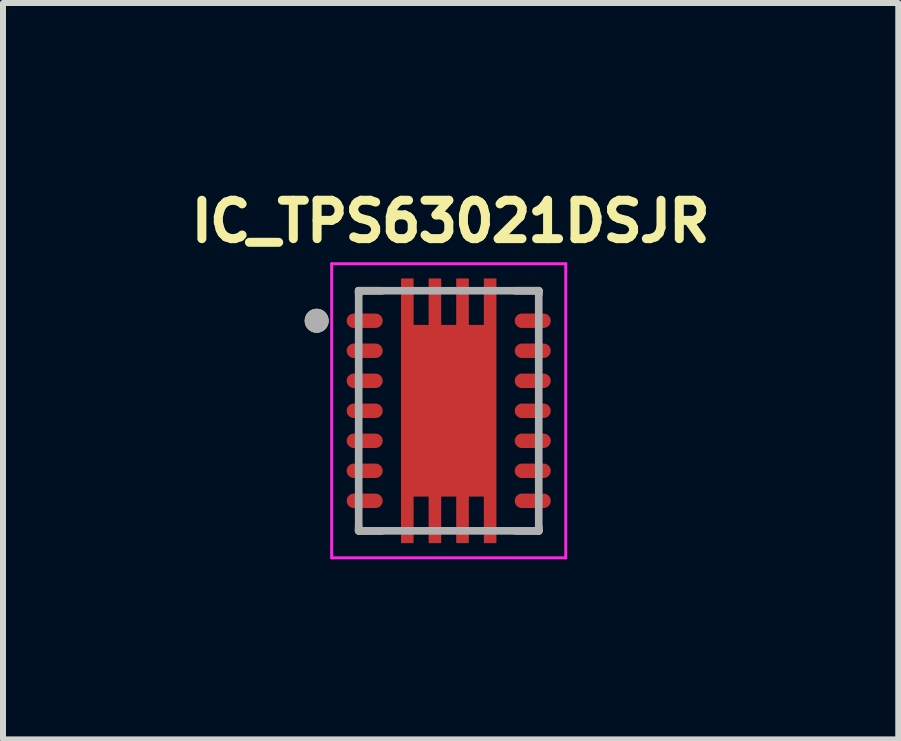
<source format=kicad_pcb>
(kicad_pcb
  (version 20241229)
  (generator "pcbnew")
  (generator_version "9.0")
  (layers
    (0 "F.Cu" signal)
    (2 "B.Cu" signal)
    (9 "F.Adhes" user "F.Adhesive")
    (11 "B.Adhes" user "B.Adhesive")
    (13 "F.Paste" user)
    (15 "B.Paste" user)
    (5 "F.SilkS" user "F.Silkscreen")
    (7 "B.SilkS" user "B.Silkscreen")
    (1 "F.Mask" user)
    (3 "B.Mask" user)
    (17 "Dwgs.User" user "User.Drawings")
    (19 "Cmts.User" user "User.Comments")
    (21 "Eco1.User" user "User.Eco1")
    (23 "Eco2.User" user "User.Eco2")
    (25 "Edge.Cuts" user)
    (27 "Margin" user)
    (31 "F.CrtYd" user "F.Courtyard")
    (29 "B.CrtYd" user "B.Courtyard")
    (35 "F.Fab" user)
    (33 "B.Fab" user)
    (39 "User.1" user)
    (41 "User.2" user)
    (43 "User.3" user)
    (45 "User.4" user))
  (footprint "IC_TPS63021DSJR"
    (layer "F.Cu")
    (at 4.426 3.794)
    (property "Reference" "IC_TPS63021DSJR" (at 0.032 -3.156 0) (layer "F.SilkS") (effects (font (size 0.64 0.64) (thickness 0.15))))
    (attr smd)
    (fp_poly (pts (xy -0.86 -2.27) (xy -0.52 -2.27) (xy -0.52 -1.495) (xy -0.4 -1.495) (xy -0.4 -2.27) (xy -0.06 -2.27) (xy -0.06 -1.495) (xy 0.06 -1.495) (xy 0.06 -2.27) (xy 0.4 -2.27) (xy 0.4 -1.495) (xy 0.52 -1.495) (xy 0.52 -2.27) (xy 0.86 -2.27) (xy 0.86 2.27) (xy 0.52 2.27) (xy 0.52 1.495) (xy 0.4 1.495) (xy 0.4 2.27) (xy 0.06 2.27) (xy 0.06 1.495) (xy -0.06 1.495) (xy -0.06 2.27) (xy -0.4 2.27) (xy -0.4 1.495) (xy -0.52 1.495) (xy -0.52 2.27) (xy -0.86 2.27)) (stroke (width 0.01) (type solid)) (fill yes) (layer "F.Mask"))
    (fp_poly (pts (xy -1.22 -1.69) (xy -1.21 -1.69) (xy -1.2 -1.689) (xy -1.19 -1.688) (xy -1.18 -1.686) (xy -1.171 -1.684) (xy -1.161 -1.681) (xy -1.152 -1.677) (xy -1.143 -1.674) (xy -1.134 -1.669) (xy -1.125 -1.665) (xy -1.117 -1.659) (xy -1.108 -1.654) (xy -1.1 -1.648) (xy -1.093 -1.641) (xy -1.086 -1.634) (xy -1.079 -1.627) (xy -1.072 -1.62) (xy -1.066 -1.612) (xy -1.061 -1.603) (xy -1.055 -1.595) (xy -1.051 -1.586) (xy -1.046 -1.577) (xy -1.043 -1.568) (xy -1.039 -1.559) (xy -1.036 -1.549) (xy -1.034 -1.54) (xy -1.032 -1.53) (xy -1.031 -1.52) (xy -1.03 -1.51) (xy -1.03 -1.5) (xy -1.03 -1.49) (xy -1.031 -1.48) (xy -1.032 -1.47) (xy -1.034 -1.46) (xy -1.036 -1.451) (xy -1.039 -1.441) (xy -1.043 -1.432) (xy -1.046 -1.423) (xy -1.051 -1.414) (xy -1.055 -1.405) (xy -1.061 -1.397) (xy -1.066 -1.388) (xy -1.072 -1.38) (xy -1.079 -1.373) (xy -1.086 -1.366) (xy -1.093 -1.359) (xy -1.1 -1.352) (xy -1.108 -1.346) (xy -1.117 -1.341) (xy -1.125 -1.335) (xy -1.134 -1.331) (xy -1.143 -1.326) (xy -1.152 -1.323) (xy -1.161 -1.319) (xy -1.171 -1.316) (xy -1.18 -1.314) (xy -1.19 -1.312) (xy -1.2 -1.311) (xy -1.21 -1.31) (xy -1.22 -1.31) (xy -1.58 -1.31) (xy -1.59 -1.31) (xy -1.6 -1.311) (xy -1.61 -1.312) (xy -1.62 -1.314) (xy -1.629 -1.316) (xy -1.639 -1.319) (xy -1.648 -1.323) (xy -1.657 -1.326) (xy -1.666 -1.331) (xy -1.675 -1.335) (xy -1.683 -1.341) (xy -1.692 -1.346) (xy -1.7 -1.352) (xy -1.707 -1.359) (xy -1.714 -1.366) (xy -1.721 -1.373) (xy -1.728 -1.38) (xy -1.734 -1.388) (xy -1.739 -1.397) (xy -1.745 -1.405) (xy -1.749 -1.414) (xy -1.754 -1.423) (xy -1.757 -1.432) (xy -1.761 -1.441) (xy -1.764 -1.451) (xy -1.766 -1.46) (xy -1.768 -1.47) (xy -1.769 -1.48) (xy -1.77 -1.49) (xy -1.77 -1.5) (xy -1.77 -1.51) (xy -1.769 -1.52) (xy -1.768 -1.53) (xy -1.766 -1.54) (xy -1.764 -1.549) (xy -1.761 -1.559) (xy -1.757 -1.568) (xy -1.754 -1.577) (xy -1.749 -1.586) (xy -1.745 -1.595) (xy -1.739 -1.603) (xy -1.734 -1.612) (xy -1.728 -1.62) (xy -1.721 -1.627) (xy -1.714 -1.634) (xy -1.707 -1.641) (xy -1.7 -1.648) (xy -1.692 -1.654) (xy -1.683 -1.659) (xy -1.675 -1.665) (xy -1.666 -1.669) (xy -1.657 -1.674) (xy -1.648 -1.677) (xy -1.639 -1.681) (xy -1.629 -1.684) (xy -1.62 -1.686) (xy -1.61 -1.688) (xy -1.6 -1.689) (xy -1.59 -1.69) (xy -1.58 -1.69) (xy -1.22 -1.69)) (stroke (width 0.01) (type solid)) (fill yes) (layer "F.Mask"))
    (fp_poly (pts (xy -1.22 -1.19) (xy -1.21 -1.19) (xy -1.2 -1.189) (xy -1.19 -1.188) (xy -1.18 -1.186) (xy -1.171 -1.184) (xy -1.161 -1.181) (xy -1.152 -1.177) (xy -1.143 -1.174) (xy -1.134 -1.169) (xy -1.125 -1.165) (xy -1.117 -1.159) (xy -1.108 -1.154) (xy -1.1 -1.148) (xy -1.093 -1.141) (xy -1.086 -1.134) (xy -1.079 -1.127) (xy -1.072 -1.12) (xy -1.066 -1.112) (xy -1.061 -1.103) (xy -1.055 -1.095) (xy -1.051 -1.086) (xy -1.046 -1.077) (xy -1.043 -1.068) (xy -1.039 -1.059) (xy -1.036 -1.049) (xy -1.034 -1.04) (xy -1.032 -1.03) (xy -1.031 -1.02) (xy -1.03 -1.01) (xy -1.03 -1) (xy -1.03 -0.99) (xy -1.031 -0.98) (xy -1.032 -0.97) (xy -1.034 -0.96) (xy -1.036 -0.951) (xy -1.039 -0.941) (xy -1.043 -0.932) (xy -1.046 -0.923) (xy -1.051 -0.914) (xy -1.055 -0.905) (xy -1.061 -0.897) (xy -1.066 -0.888) (xy -1.072 -0.88) (xy -1.079 -0.873) (xy -1.086 -0.866) (xy -1.093 -0.859) (xy -1.1 -0.852) (xy -1.108 -0.846) (xy -1.117 -0.841) (xy -1.125 -0.835) (xy -1.134 -0.831) (xy -1.143 -0.826) (xy -1.152 -0.823) (xy -1.161 -0.819) (xy -1.171 -0.816) (xy -1.18 -0.814) (xy -1.19 -0.812) (xy -1.2 -0.811) (xy -1.21 -0.81) (xy -1.22 -0.81) (xy -1.58 -0.81) (xy -1.59 -0.81) (xy -1.6 -0.811) (xy -1.61 -0.812) (xy -1.62 -0.814) (xy -1.629 -0.816) (xy -1.639 -0.819) (xy -1.648 -0.823) (xy -1.657 -0.826) (xy -1.666 -0.831) (xy -1.675 -0.835) (xy -1.683 -0.841) (xy -1.692 -0.846) (xy -1.7 -0.852) (xy -1.707 -0.859) (xy -1.714 -0.866) (xy -1.721 -0.873) (xy -1.728 -0.88) (xy -1.734 -0.888) (xy -1.739 -0.897) (xy -1.745 -0.905) (xy -1.749 -0.914) (xy -1.754 -0.923) (xy -1.757 -0.932) (xy -1.761 -0.941) (xy -1.764 -0.951) (xy -1.766 -0.96) (xy -1.768 -0.97) (xy -1.769 -0.98) (xy -1.77 -0.99) (xy -1.77 -1) (xy -1.77 -1.01) (xy -1.769 -1.02) (xy -1.768 -1.03) (xy -1.766 -1.04) (xy -1.764 -1.049) (xy -1.761 -1.059) (xy -1.757 -1.068) (xy -1.754 -1.077) (xy -1.749 -1.086) (xy -1.745 -1.095) (xy -1.739 -1.103) (xy -1.734 -1.112) (xy -1.728 -1.12) (xy -1.721 -1.127) (xy -1.714 -1.134) (xy -1.707 -1.141) (xy -1.7 -1.148) (xy -1.692 -1.154) (xy -1.683 -1.159) (xy -1.675 -1.165) (xy -1.666 -1.169) (xy -1.657 -1.174) (xy -1.648 -1.177) (xy -1.639 -1.181) (xy -1.629 -1.184) (xy -1.62 -1.186) (xy -1.61 -1.188) (xy -1.6 -1.189) (xy -1.59 -1.19) (xy -1.58 -1.19) (xy -1.22 -1.19)) (stroke (width 0.01) (type solid)) (fill yes) (layer "F.Mask"))
    (fp_poly (pts (xy -1.22 -0.69) (xy -1.21 -0.69) (xy -1.2 -0.689) (xy -1.19 -0.688) (xy -1.18 -0.686) (xy -1.171 -0.684) (xy -1.161 -0.681) (xy -1.152 -0.677) (xy -1.143 -0.674) (xy -1.134 -0.669) (xy -1.125 -0.665) (xy -1.117 -0.659) (xy -1.108 -0.654) (xy -1.1 -0.648) (xy -1.093 -0.641) (xy -1.086 -0.634) (xy -1.079 -0.627) (xy -1.072 -0.62) (xy -1.066 -0.612) (xy -1.061 -0.603) (xy -1.055 -0.595) (xy -1.051 -0.586) (xy -1.046 -0.577) (xy -1.043 -0.568) (xy -1.039 -0.559) (xy -1.036 -0.549) (xy -1.034 -0.54) (xy -1.032 -0.53) (xy -1.031 -0.52) (xy -1.03 -0.51) (xy -1.03 -0.5) (xy -1.03 -0.49) (xy -1.031 -0.48) (xy -1.032 -0.47) (xy -1.034 -0.46) (xy -1.036 -0.451) (xy -1.039 -0.441) (xy -1.043 -0.432) (xy -1.046 -0.423) (xy -1.051 -0.414) (xy -1.055 -0.405) (xy -1.061 -0.397) (xy -1.066 -0.388) (xy -1.072 -0.38) (xy -1.079 -0.373) (xy -1.086 -0.366) (xy -1.093 -0.359) (xy -1.1 -0.352) (xy -1.108 -0.346) (xy -1.117 -0.341) (xy -1.125 -0.335) (xy -1.134 -0.331) (xy -1.143 -0.326) (xy -1.152 -0.323) (xy -1.161 -0.319) (xy -1.171 -0.316) (xy -1.18 -0.314) (xy -1.19 -0.312) (xy -1.2 -0.311) (xy -1.21 -0.31) (xy -1.22 -0.31) (xy -1.58 -0.31) (xy -1.59 -0.31) (xy -1.6 -0.311) (xy -1.61 -0.312) (xy -1.62 -0.314) (xy -1.629 -0.316) (xy -1.639 -0.319) (xy -1.648 -0.323) (xy -1.657 -0.326) (xy -1.666 -0.331) (xy -1.675 -0.335) (xy -1.683 -0.341) (xy -1.692 -0.346) (xy -1.7 -0.352) (xy -1.707 -0.359) (xy -1.714 -0.366) (xy -1.721 -0.373) (xy -1.728 -0.38) (xy -1.734 -0.388) (xy -1.739 -0.397) (xy -1.745 -0.405) (xy -1.749 -0.414) (xy -1.754 -0.423) (xy -1.757 -0.432) (xy -1.761 -0.441) (xy -1.764 -0.451) (xy -1.766 -0.46) (xy -1.768 -0.47) (xy -1.769 -0.48) (xy -1.77 -0.49) (xy -1.77 -0.5) (xy -1.77 -0.51) (xy -1.769 -0.52) (xy -1.768 -0.53) (xy -1.766 -0.54) (xy -1.764 -0.549) (xy -1.761 -0.559) (xy -1.757 -0.568) (xy -1.754 -0.577) (xy -1.749 -0.586) (xy -1.745 -0.595) (xy -1.739 -0.603) (xy -1.734 -0.612) (xy -1.728 -0.62) (xy -1.721 -0.627) (xy -1.714 -0.634) (xy -1.707 -0.641) (xy -1.7 -0.648) (xy -1.692 -0.654) (xy -1.683 -0.659) (xy -1.675 -0.665) (xy -1.666 -0.669) (xy -1.657 -0.674) (xy -1.648 -0.677) (xy -1.639 -0.681) (xy -1.629 -0.684) (xy -1.62 -0.686) (xy -1.61 -0.688) (xy -1.6 -0.689) (xy -1.59 -0.69) (xy -1.58 -0.69) (xy -1.22 -0.69)) (stroke (width 0.01) (type solid)) (fill yes) (layer "F.Mask"))
    (fp_poly (pts (xy -1.22 -0.19) (xy -1.21 -0.19) (xy -1.2 -0.189) (xy -1.19 -0.188) (xy -1.18 -0.186) (xy -1.171 -0.184) (xy -1.161 -0.181) (xy -1.152 -0.177) (xy -1.143 -0.174) (xy -1.134 -0.169) (xy -1.125 -0.165) (xy -1.117 -0.159) (xy -1.108 -0.154) (xy -1.1 -0.148) (xy -1.093 -0.141) (xy -1.086 -0.134) (xy -1.079 -0.127) (xy -1.072 -0.12) (xy -1.066 -0.112) (xy -1.061 -0.103) (xy -1.055 -0.095) (xy -1.051 -0.086) (xy -1.046 -0.077) (xy -1.043 -0.068) (xy -1.039 -0.059) (xy -1.036 -0.049) (xy -1.034 -0.04) (xy -1.032 -0.03) (xy -1.031 -0.02) (xy -1.03 -0.01) (xy -1.03 0) (xy -1.03 0.01) (xy -1.031 0.02) (xy -1.032 0.03) (xy -1.034 0.04) (xy -1.036 0.049) (xy -1.039 0.059) (xy -1.043 0.068) (xy -1.046 0.077) (xy -1.051 0.086) (xy -1.055 0.095) (xy -1.061 0.103) (xy -1.066 0.112) (xy -1.072 0.12) (xy -1.079 0.127) (xy -1.086 0.134) (xy -1.093 0.141) (xy -1.1 0.148) (xy -1.108 0.154) (xy -1.117 0.159) (xy -1.125 0.165) (xy -1.134 0.169) (xy -1.143 0.174) (xy -1.152 0.177) (xy -1.161 0.181) (xy -1.171 0.184) (xy -1.18 0.186) (xy -1.19 0.188) (xy -1.2 0.189) (xy -1.21 0.19) (xy -1.22 0.19) (xy -1.58 0.19) (xy -1.59 0.19) (xy -1.6 0.189) (xy -1.61 0.188) (xy -1.62 0.186) (xy -1.629 0.184) (xy -1.639 0.181) (xy -1.648 0.177) (xy -1.657 0.174) (xy -1.666 0.169) (xy -1.675 0.165) (xy -1.683 0.159) (xy -1.692 0.154) (xy -1.7 0.148) (xy -1.707 0.141) (xy -1.714 0.134) (xy -1.721 0.127) (xy -1.728 0.12) (xy -1.734 0.112) (xy -1.739 0.103) (xy -1.745 0.095) (xy -1.749 0.086) (xy -1.754 0.077) (xy -1.757 0.068) (xy -1.761 0.059) (xy -1.764 0.049) (xy -1.766 0.04) (xy -1.768 0.03) (xy -1.769 0.02) (xy -1.77 0.01) (xy -1.77 0) (xy -1.77 -0.01) (xy -1.769 -0.02) (xy -1.768 -0.03) (xy -1.766 -0.04) (xy -1.764 -0.049) (xy -1.761 -0.059) (xy -1.757 -0.068) (xy -1.754 -0.077) (xy -1.749 -0.086) (xy -1.745 -0.095) (xy -1.739 -0.103) (xy -1.734 -0.112) (xy -1.728 -0.12) (xy -1.721 -0.127) (xy -1.714 -0.134) (xy -1.707 -0.141) (xy -1.7 -0.148) (xy -1.692 -0.154) (xy -1.683 -0.159) (xy -1.675 -0.165) (xy -1.666 -0.169) (xy -1.657 -0.174) (xy -1.648 -0.177) (xy -1.639 -0.181) (xy -1.629 -0.184) (xy -1.62 -0.186) (xy -1.61 -0.188) (xy -1.6 -0.189) (xy -1.59 -0.19) (xy -1.58 -0.19) (xy -1.22 -0.19)) (stroke (width 0.01) (type solid)) (fill yes) (layer "F.Mask"))
    (fp_poly (pts (xy -1.22 0.31) (xy -1.21 0.31) (xy -1.2 0.311) (xy -1.19 0.312) (xy -1.18 0.314) (xy -1.171 0.316) (xy -1.161 0.319) (xy -1.152 0.323) (xy -1.143 0.326) (xy -1.134 0.331) (xy -1.125 0.335) (xy -1.117 0.341) (xy -1.108 0.346) (xy -1.1 0.352) (xy -1.093 0.359) (xy -1.086 0.366) (xy -1.079 0.373) (xy -1.072 0.38) (xy -1.066 0.388) (xy -1.061 0.397) (xy -1.055 0.405) (xy -1.051 0.414) (xy -1.046 0.423) (xy -1.043 0.432) (xy -1.039 0.441) (xy -1.036 0.451) (xy -1.034 0.46) (xy -1.032 0.47) (xy -1.031 0.48) (xy -1.03 0.49) (xy -1.03 0.5) (xy -1.03 0.51) (xy -1.031 0.52) (xy -1.032 0.53) (xy -1.034 0.54) (xy -1.036 0.549) (xy -1.039 0.559) (xy -1.043 0.568) (xy -1.046 0.577) (xy -1.051 0.586) (xy -1.055 0.595) (xy -1.061 0.603) (xy -1.066 0.612) (xy -1.072 0.62) (xy -1.079 0.627) (xy -1.086 0.634) (xy -1.093 0.641) (xy -1.1 0.648) (xy -1.108 0.654) (xy -1.117 0.659) (xy -1.125 0.665) (xy -1.134 0.669) (xy -1.143 0.674) (xy -1.152 0.677) (xy -1.161 0.681) (xy -1.171 0.684) (xy -1.18 0.686) (xy -1.19 0.688) (xy -1.2 0.689) (xy -1.21 0.69) (xy -1.22 0.69) (xy -1.58 0.69) (xy -1.59 0.69) (xy -1.6 0.689) (xy -1.61 0.688) (xy -1.62 0.686) (xy -1.629 0.684) (xy -1.639 0.681) (xy -1.648 0.677) (xy -1.657 0.674) (xy -1.666 0.669) (xy -1.675 0.665) (xy -1.683 0.659) (xy -1.692 0.654) (xy -1.7 0.648) (xy -1.707 0.641) (xy -1.714 0.634) (xy -1.721 0.627) (xy -1.728 0.62) (xy -1.734 0.612) (xy -1.739 0.603) (xy -1.745 0.595) (xy -1.749 0.586) (xy -1.754 0.577) (xy -1.757 0.568) (xy -1.761 0.559) (xy -1.764 0.549) (xy -1.766 0.54) (xy -1.768 0.53) (xy -1.769 0.52) (xy -1.77 0.51) (xy -1.77 0.5) (xy -1.77 0.49) (xy -1.769 0.48) (xy -1.768 0.47) (xy -1.766 0.46) (xy -1.764 0.451) (xy -1.761 0.441) (xy -1.757 0.432) (xy -1.754 0.423) (xy -1.749 0.414) (xy -1.745 0.405) (xy -1.739 0.397) (xy -1.734 0.388) (xy -1.728 0.38) (xy -1.721 0.373) (xy -1.714 0.366) (xy -1.707 0.359) (xy -1.7 0.352) (xy -1.692 0.346) (xy -1.683 0.341) (xy -1.675 0.335) (xy -1.666 0.331) (xy -1.657 0.326) (xy -1.648 0.323) (xy -1.639 0.319) (xy -1.629 0.316) (xy -1.62 0.314) (xy -1.61 0.312) (xy -1.6 0.311) (xy -1.59 0.31) (xy -1.58 0.31) (xy -1.22 0.31)) (stroke (width 0.01) (type solid)) (fill yes) (layer "F.Mask"))
    (fp_poly (pts (xy -1.22 0.81) (xy -1.21 0.81) (xy -1.2 0.811) (xy -1.19 0.812) (xy -1.18 0.814) (xy -1.171 0.816) (xy -1.161 0.819) (xy -1.152 0.823) (xy -1.143 0.826) (xy -1.134 0.831) (xy -1.125 0.835) (xy -1.117 0.841) (xy -1.108 0.846) (xy -1.1 0.852) (xy -1.093 0.859) (xy -1.086 0.866) (xy -1.079 0.873) (xy -1.072 0.88) (xy -1.066 0.888) (xy -1.061 0.897) (xy -1.055 0.905) (xy -1.051 0.914) (xy -1.046 0.923) (xy -1.043 0.932) (xy -1.039 0.941) (xy -1.036 0.951) (xy -1.034 0.96) (xy -1.032 0.97) (xy -1.031 0.98) (xy -1.03 0.99) (xy -1.03 1) (xy -1.03 1.01) (xy -1.031 1.02) (xy -1.032 1.03) (xy -1.034 1.04) (xy -1.036 1.049) (xy -1.039 1.059) (xy -1.043 1.068) (xy -1.046 1.077) (xy -1.051 1.086) (xy -1.055 1.095) (xy -1.061 1.103) (xy -1.066 1.112) (xy -1.072 1.12) (xy -1.079 1.127) (xy -1.086 1.134) (xy -1.093 1.141) (xy -1.1 1.148) (xy -1.108 1.154) (xy -1.117 1.159) (xy -1.125 1.165) (xy -1.134 1.169) (xy -1.143 1.174) (xy -1.152 1.177) (xy -1.161 1.181) (xy -1.171 1.184) (xy -1.18 1.186) (xy -1.19 1.188) (xy -1.2 1.189) (xy -1.21 1.19) (xy -1.22 1.19) (xy -1.58 1.19) (xy -1.59 1.19) (xy -1.6 1.189) (xy -1.61 1.188) (xy -1.62 1.186) (xy -1.629 1.184) (xy -1.639 1.181) (xy -1.648 1.177) (xy -1.657 1.174) (xy -1.666 1.169) (xy -1.675 1.165) (xy -1.683 1.159) (xy -1.692 1.154) (xy -1.7 1.148) (xy -1.707 1.141) (xy -1.714 1.134) (xy -1.721 1.127) (xy -1.728 1.12) (xy -1.734 1.112) (xy -1.739 1.103) (xy -1.745 1.095) (xy -1.749 1.086) (xy -1.754 1.077) (xy -1.757 1.068) (xy -1.761 1.059) (xy -1.764 1.049) (xy -1.766 1.04) (xy -1.768 1.03) (xy -1.769 1.02) (xy -1.77 1.01) (xy -1.77 1) (xy -1.77 0.99) (xy -1.769 0.98) (xy -1.768 0.97) (xy -1.766 0.96) (xy -1.764 0.951) (xy -1.761 0.941) (xy -1.757 0.932) (xy -1.754 0.923) (xy -1.749 0.914) (xy -1.745 0.905) (xy -1.739 0.897) (xy -1.734 0.888) (xy -1.728 0.88) (xy -1.721 0.873) (xy -1.714 0.866) (xy -1.707 0.859) (xy -1.7 0.852) (xy -1.692 0.846) (xy -1.683 0.841) (xy -1.675 0.835) (xy -1.666 0.831) (xy -1.657 0.826) (xy -1.648 0.823) (xy -1.639 0.819) (xy -1.629 0.816) (xy -1.62 0.814) (xy -1.61 0.812) (xy -1.6 0.811) (xy -1.59 0.81) (xy -1.58 0.81) (xy -1.22 0.81)) (stroke (width 0.01) (type solid)) (fill yes) (layer "F.Mask"))
    (fp_poly (pts (xy -1.22 1.31) (xy -1.21 1.31) (xy -1.2 1.311) (xy -1.19 1.312) (xy -1.18 1.314) (xy -1.171 1.316) (xy -1.161 1.319) (xy -1.152 1.323) (xy -1.143 1.326) (xy -1.134 1.331) (xy -1.125 1.335) (xy -1.117 1.341) (xy -1.108 1.346) (xy -1.1 1.352) (xy -1.093 1.359) (xy -1.086 1.366) (xy -1.079 1.373) (xy -1.072 1.38) (xy -1.066 1.388) (xy -1.061 1.397) (xy -1.055 1.405) (xy -1.051 1.414) (xy -1.046 1.423) (xy -1.043 1.432) (xy -1.039 1.441) (xy -1.036 1.451) (xy -1.034 1.46) (xy -1.032 1.47) (xy -1.031 1.48) (xy -1.03 1.49) (xy -1.03 1.5) (xy -1.03 1.51) (xy -1.031 1.52) (xy -1.032 1.53) (xy -1.034 1.54) (xy -1.036 1.549) (xy -1.039 1.559) (xy -1.043 1.568) (xy -1.046 1.577) (xy -1.051 1.586) (xy -1.055 1.595) (xy -1.061 1.603) (xy -1.066 1.612) (xy -1.072 1.62) (xy -1.079 1.627) (xy -1.086 1.634) (xy -1.093 1.641) (xy -1.1 1.648) (xy -1.108 1.654) (xy -1.117 1.659) (xy -1.125 1.665) (xy -1.134 1.669) (xy -1.143 1.674) (xy -1.152 1.677) (xy -1.161 1.681) (xy -1.171 1.684) (xy -1.18 1.686) (xy -1.19 1.688) (xy -1.2 1.689) (xy -1.21 1.69) (xy -1.22 1.69) (xy -1.58 1.69) (xy -1.59 1.69) (xy -1.6 1.689) (xy -1.61 1.688) (xy -1.62 1.686) (xy -1.629 1.684) (xy -1.639 1.681) (xy -1.648 1.677) (xy -1.657 1.674) (xy -1.666 1.669) (xy -1.675 1.665) (xy -1.683 1.659) (xy -1.692 1.654) (xy -1.7 1.648) (xy -1.707 1.641) (xy -1.714 1.634) (xy -1.721 1.627) (xy -1.728 1.62) (xy -1.734 1.612) (xy -1.739 1.603) (xy -1.745 1.595) (xy -1.749 1.586) (xy -1.754 1.577) (xy -1.757 1.568) (xy -1.761 1.559) (xy -1.764 1.549) (xy -1.766 1.54) (xy -1.768 1.53) (xy -1.769 1.52) (xy -1.77 1.51) (xy -1.77 1.5) (xy -1.77 1.49) (xy -1.769 1.48) (xy -1.768 1.47) (xy -1.766 1.46) (xy -1.764 1.451) (xy -1.761 1.441) (xy -1.757 1.432) (xy -1.754 1.423) (xy -1.749 1.414) (xy -1.745 1.405) (xy -1.739 1.397) (xy -1.734 1.388) (xy -1.728 1.38) (xy -1.721 1.373) (xy -1.714 1.366) (xy -1.707 1.359) (xy -1.7 1.352) (xy -1.692 1.346) (xy -1.683 1.341) (xy -1.675 1.335) (xy -1.666 1.331) (xy -1.657 1.326) (xy -1.648 1.323) (xy -1.639 1.319) (xy -1.629 1.316) (xy -1.62 1.314) (xy -1.61 1.312) (xy -1.6 1.311) (xy -1.59 1.31) (xy -1.58 1.31) (xy -1.22 1.31)) (stroke (width 0.01) (type solid)) (fill yes) (layer "F.Mask"))
    (fp_poly (pts (xy 1.58 -1.69) (xy 1.59 -1.69) (xy 1.6 -1.689) (xy 1.61 -1.688) (xy 1.62 -1.686) (xy 1.629 -1.684) (xy 1.639 -1.681) (xy 1.648 -1.677) (xy 1.657 -1.674) (xy 1.666 -1.669) (xy 1.675 -1.665) (xy 1.683 -1.659) (xy 1.692 -1.654) (xy 1.7 -1.648) (xy 1.707 -1.641) (xy 1.714 -1.634) (xy 1.721 -1.627) (xy 1.728 -1.62) (xy 1.734 -1.612) (xy 1.739 -1.603) (xy 1.745 -1.595) (xy 1.749 -1.586) (xy 1.754 -1.577) (xy 1.757 -1.568) (xy 1.761 -1.559) (xy 1.764 -1.549) (xy 1.766 -1.54) (xy 1.768 -1.53) (xy 1.769 -1.52) (xy 1.77 -1.51) (xy 1.77 -1.5) (xy 1.77 -1.49) (xy 1.769 -1.48) (xy 1.768 -1.47) (xy 1.766 -1.46) (xy 1.764 -1.451) (xy 1.761 -1.441) (xy 1.757 -1.432) (xy 1.754 -1.423) (xy 1.749 -1.414) (xy 1.745 -1.405) (xy 1.739 -1.397) (xy 1.734 -1.388) (xy 1.728 -1.38) (xy 1.721 -1.373) (xy 1.714 -1.366) (xy 1.707 -1.359) (xy 1.7 -1.352) (xy 1.692 -1.346) (xy 1.683 -1.341) (xy 1.675 -1.335) (xy 1.666 -1.331) (xy 1.657 -1.326) (xy 1.648 -1.323) (xy 1.639 -1.319) (xy 1.629 -1.316) (xy 1.62 -1.314) (xy 1.61 -1.312) (xy 1.6 -1.311) (xy 1.59 -1.31) (xy 1.58 -1.31) (xy 1.22 -1.31) (xy 1.21 -1.31) (xy 1.2 -1.311) (xy 1.19 -1.312) (xy 1.18 -1.314) (xy 1.171 -1.316) (xy 1.161 -1.319) (xy 1.152 -1.323) (xy 1.143 -1.326) (xy 1.134 -1.331) (xy 1.125 -1.335) (xy 1.117 -1.341) (xy 1.108 -1.346) (xy 1.1 -1.352) (xy 1.093 -1.359) (xy 1.086 -1.366) (xy 1.079 -1.373) (xy 1.072 -1.38) (xy 1.066 -1.388) (xy 1.061 -1.397) (xy 1.055 -1.405) (xy 1.051 -1.414) (xy 1.046 -1.423) (xy 1.043 -1.432) (xy 1.039 -1.441) (xy 1.036 -1.451) (xy 1.034 -1.46) (xy 1.032 -1.47) (xy 1.031 -1.48) (xy 1.03 -1.49) (xy 1.03 -1.5) (xy 1.03 -1.51) (xy 1.031 -1.52) (xy 1.032 -1.53) (xy 1.034 -1.54) (xy 1.036 -1.549) (xy 1.039 -1.559) (xy 1.043 -1.568) (xy 1.046 -1.577) (xy 1.051 -1.586) (xy 1.055 -1.595) (xy 1.061 -1.603) (xy 1.066 -1.612) (xy 1.072 -1.62) (xy 1.079 -1.627) (xy 1.086 -1.634) (xy 1.093 -1.641) (xy 1.1 -1.648) (xy 1.108 -1.654) (xy 1.117 -1.659) (xy 1.125 -1.665) (xy 1.134 -1.669) (xy 1.143 -1.674) (xy 1.152 -1.677) (xy 1.161 -1.681) (xy 1.171 -1.684) (xy 1.18 -1.686) (xy 1.19 -1.688) (xy 1.2 -1.689) (xy 1.21 -1.69) (xy 1.22 -1.69) (xy 1.58 -1.69)) (stroke (width 0.01) (type solid)) (fill yes) (layer "F.Mask"))
    (fp_poly (pts (xy 1.58 -1.19) (xy 1.59 -1.19) (xy 1.6 -1.189) (xy 1.61 -1.188) (xy 1.62 -1.186) (xy 1.629 -1.184) (xy 1.639 -1.181) (xy 1.648 -1.177) (xy 1.657 -1.174) (xy 1.666 -1.169) (xy 1.675 -1.165) (xy 1.683 -1.159) (xy 1.692 -1.154) (xy 1.7 -1.148) (xy 1.707 -1.141) (xy 1.714 -1.134) (xy 1.721 -1.127) (xy 1.728 -1.12) (xy 1.734 -1.112) (xy 1.739 -1.103) (xy 1.745 -1.095) (xy 1.749 -1.086) (xy 1.754 -1.077) (xy 1.757 -1.068) (xy 1.761 -1.059) (xy 1.764 -1.049) (xy 1.766 -1.04) (xy 1.768 -1.03) (xy 1.769 -1.02) (xy 1.77 -1.01) (xy 1.77 -1) (xy 1.77 -0.99) (xy 1.769 -0.98) (xy 1.768 -0.97) (xy 1.766 -0.96) (xy 1.764 -0.951) (xy 1.761 -0.941) (xy 1.757 -0.932) (xy 1.754 -0.923) (xy 1.749 -0.914) (xy 1.745 -0.905) (xy 1.739 -0.897) (xy 1.734 -0.888) (xy 1.728 -0.88) (xy 1.721 -0.873) (xy 1.714 -0.866) (xy 1.707 -0.859) (xy 1.7 -0.852) (xy 1.692 -0.846) (xy 1.683 -0.841) (xy 1.675 -0.835) (xy 1.666 -0.831) (xy 1.657 -0.826) (xy 1.648 -0.823) (xy 1.639 -0.819) (xy 1.629 -0.816) (xy 1.62 -0.814) (xy 1.61 -0.812) (xy 1.6 -0.811) (xy 1.59 -0.81) (xy 1.58 -0.81) (xy 1.22 -0.81) (xy 1.21 -0.81) (xy 1.2 -0.811) (xy 1.19 -0.812) (xy 1.18 -0.814) (xy 1.171 -0.816) (xy 1.161 -0.819) (xy 1.152 -0.823) (xy 1.143 -0.826) (xy 1.134 -0.831) (xy 1.125 -0.835) (xy 1.117 -0.841) (xy 1.108 -0.846) (xy 1.1 -0.852) (xy 1.093 -0.859) (xy 1.086 -0.866) (xy 1.079 -0.873) (xy 1.072 -0.88) (xy 1.066 -0.888) (xy 1.061 -0.897) (xy 1.055 -0.905) (xy 1.051 -0.914) (xy 1.046 -0.923) (xy 1.043 -0.932) (xy 1.039 -0.941) (xy 1.036 -0.951) (xy 1.034 -0.96) (xy 1.032 -0.97) (xy 1.031 -0.98) (xy 1.03 -0.99) (xy 1.03 -1) (xy 1.03 -1.01) (xy 1.031 -1.02) (xy 1.032 -1.03) (xy 1.034 -1.04) (xy 1.036 -1.049) (xy 1.039 -1.059) (xy 1.043 -1.068) (xy 1.046 -1.077) (xy 1.051 -1.086) (xy 1.055 -1.095) (xy 1.061 -1.103) (xy 1.066 -1.112) (xy 1.072 -1.12) (xy 1.079 -1.127) (xy 1.086 -1.134) (xy 1.093 -1.141) (xy 1.1 -1.148) (xy 1.108 -1.154) (xy 1.117 -1.159) (xy 1.125 -1.165) (xy 1.134 -1.169) (xy 1.143 -1.174) (xy 1.152 -1.177) (xy 1.161 -1.181) (xy 1.171 -1.184) (xy 1.18 -1.186) (xy 1.19 -1.188) (xy 1.2 -1.189) (xy 1.21 -1.19) (xy 1.22 -1.19) (xy 1.58 -1.19)) (stroke (width 0.01) (type solid)) (fill yes) (layer "F.Mask"))
    (fp_poly (pts (xy 1.58 -0.69) (xy 1.59 -0.69) (xy 1.6 -0.689) (xy 1.61 -0.688) (xy 1.62 -0.686) (xy 1.629 -0.684) (xy 1.639 -0.681) (xy 1.648 -0.677) (xy 1.657 -0.674) (xy 1.666 -0.669) (xy 1.675 -0.665) (xy 1.683 -0.659) (xy 1.692 -0.654) (xy 1.7 -0.648) (xy 1.707 -0.641) (xy 1.714 -0.634) (xy 1.721 -0.627) (xy 1.728 -0.62) (xy 1.734 -0.612) (xy 1.739 -0.603) (xy 1.745 -0.595) (xy 1.749 -0.586) (xy 1.754 -0.577) (xy 1.757 -0.568) (xy 1.761 -0.559) (xy 1.764 -0.549) (xy 1.766 -0.54) (xy 1.768 -0.53) (xy 1.769 -0.52) (xy 1.77 -0.51) (xy 1.77 -0.5) (xy 1.77 -0.49) (xy 1.769 -0.48) (xy 1.768 -0.47) (xy 1.766 -0.46) (xy 1.764 -0.451) (xy 1.761 -0.441) (xy 1.757 -0.432) (xy 1.754 -0.423) (xy 1.749 -0.414) (xy 1.745 -0.405) (xy 1.739 -0.397) (xy 1.734 -0.388) (xy 1.728 -0.38) (xy 1.721 -0.373) (xy 1.714 -0.366) (xy 1.707 -0.359) (xy 1.7 -0.352) (xy 1.692 -0.346) (xy 1.683 -0.341) (xy 1.675 -0.335) (xy 1.666 -0.331) (xy 1.657 -0.326) (xy 1.648 -0.323) (xy 1.639 -0.319) (xy 1.629 -0.316) (xy 1.62 -0.314) (xy 1.61 -0.312) (xy 1.6 -0.311) (xy 1.59 -0.31) (xy 1.58 -0.31) (xy 1.22 -0.31) (xy 1.21 -0.31) (xy 1.2 -0.311) (xy 1.19 -0.312) (xy 1.18 -0.314) (xy 1.171 -0.316) (xy 1.161 -0.319) (xy 1.152 -0.323) (xy 1.143 -0.326) (xy 1.134 -0.331) (xy 1.125 -0.335) (xy 1.117 -0.341) (xy 1.108 -0.346) (xy 1.1 -0.352) (xy 1.093 -0.359) (xy 1.086 -0.366) (xy 1.079 -0.373) (xy 1.072 -0.38) (xy 1.066 -0.388) (xy 1.061 -0.397) (xy 1.055 -0.405) (xy 1.051 -0.414) (xy 1.046 -0.423) (xy 1.043 -0.432) (xy 1.039 -0.441) (xy 1.036 -0.451) (xy 1.034 -0.46) (xy 1.032 -0.47) (xy 1.031 -0.48) (xy 1.03 -0.49) (xy 1.03 -0.5) (xy 1.03 -0.51) (xy 1.031 -0.52) (xy 1.032 -0.53) (xy 1.034 -0.54) (xy 1.036 -0.549) (xy 1.039 -0.559) (xy 1.043 -0.568) (xy 1.046 -0.577) (xy 1.051 -0.586) (xy 1.055 -0.595) (xy 1.061 -0.603) (xy 1.066 -0.612) (xy 1.072 -0.62) (xy 1.079 -0.627) (xy 1.086 -0.634) (xy 1.093 -0.641) (xy 1.1 -0.648) (xy 1.108 -0.654) (xy 1.117 -0.659) (xy 1.125 -0.665) (xy 1.134 -0.669) (xy 1.143 -0.674) (xy 1.152 -0.677) (xy 1.161 -0.681) (xy 1.171 -0.684) (xy 1.18 -0.686) (xy 1.19 -0.688) (xy 1.2 -0.689) (xy 1.21 -0.69) (xy 1.22 -0.69) (xy 1.58 -0.69)) (stroke (width 0.01) (type solid)) (fill yes) (layer "F.Mask"))
    (fp_poly (pts (xy 1.58 -0.19) (xy 1.59 -0.19) (xy 1.6 -0.189) (xy 1.61 -0.188) (xy 1.62 -0.186) (xy 1.629 -0.184) (xy 1.639 -0.181) (xy 1.648 -0.177) (xy 1.657 -0.174) (xy 1.666 -0.169) (xy 1.675 -0.165) (xy 1.683 -0.159) (xy 1.692 -0.154) (xy 1.7 -0.148) (xy 1.707 -0.141) (xy 1.714 -0.134) (xy 1.721 -0.127) (xy 1.728 -0.12) (xy 1.734 -0.112) (xy 1.739 -0.103) (xy 1.745 -0.095) (xy 1.749 -0.086) (xy 1.754 -0.077) (xy 1.757 -0.068) (xy 1.761 -0.059) (xy 1.764 -0.049) (xy 1.766 -0.04) (xy 1.768 -0.03) (xy 1.769 -0.02) (xy 1.77 -0.01) (xy 1.77 0) (xy 1.77 0.01) (xy 1.769 0.02) (xy 1.768 0.03) (xy 1.766 0.04) (xy 1.764 0.049) (xy 1.761 0.059) (xy 1.757 0.068) (xy 1.754 0.077) (xy 1.749 0.086) (xy 1.745 0.095) (xy 1.739 0.103) (xy 1.734 0.112) (xy 1.728 0.12) (xy 1.721 0.127) (xy 1.714 0.134) (xy 1.707 0.141) (xy 1.7 0.148) (xy 1.692 0.154) (xy 1.683 0.159) (xy 1.675 0.165) (xy 1.666 0.169) (xy 1.657 0.174) (xy 1.648 0.177) (xy 1.639 0.181) (xy 1.629 0.184) (xy 1.62 0.186) (xy 1.61 0.188) (xy 1.6 0.189) (xy 1.59 0.19) (xy 1.58 0.19) (xy 1.22 0.19) (xy 1.21 0.19) (xy 1.2 0.189) (xy 1.19 0.188) (xy 1.18 0.186) (xy 1.171 0.184) (xy 1.161 0.181) (xy 1.152 0.177) (xy 1.143 0.174) (xy 1.134 0.169) (xy 1.125 0.165) (xy 1.117 0.159) (xy 1.108 0.154) (xy 1.1 0.148) (xy 1.093 0.141) (xy 1.086 0.134) (xy 1.079 0.127) (xy 1.072 0.12) (xy 1.066 0.112) (xy 1.061 0.103) (xy 1.055 0.095) (xy 1.051 0.086) (xy 1.046 0.077) (xy 1.043 0.068) (xy 1.039 0.059) (xy 1.036 0.049) (xy 1.034 0.04) (xy 1.032 0.03) (xy 1.031 0.02) (xy 1.03 0.01) (xy 1.03 0) (xy 1.03 -0.01) (xy 1.031 -0.02) (xy 1.032 -0.03) (xy 1.034 -0.04) (xy 1.036 -0.049) (xy 1.039 -0.059) (xy 1.043 -0.068) (xy 1.046 -0.077) (xy 1.051 -0.086) (xy 1.055 -0.095) (xy 1.061 -0.103) (xy 1.066 -0.112) (xy 1.072 -0.12) (xy 1.079 -0.127) (xy 1.086 -0.134) (xy 1.093 -0.141) (xy 1.1 -0.148) (xy 1.108 -0.154) (xy 1.117 -0.159) (xy 1.125 -0.165) (xy 1.134 -0.169) (xy 1.143 -0.174) (xy 1.152 -0.177) (xy 1.161 -0.181) (xy 1.171 -0.184) (xy 1.18 -0.186) (xy 1.19 -0.188) (xy 1.2 -0.189) (xy 1.21 -0.19) (xy 1.22 -0.19) (xy 1.58 -0.19)) (stroke (width 0.01) (type solid)) (fill yes) (layer "F.Mask"))
    (fp_poly (pts (xy 1.58 0.31) (xy 1.59 0.31) (xy 1.6 0.311) (xy 1.61 0.312) (xy 1.62 0.314) (xy 1.629 0.316) (xy 1.639 0.319) (xy 1.648 0.323) (xy 1.657 0.326) (xy 1.666 0.331) (xy 1.675 0.335) (xy 1.683 0.341) (xy 1.692 0.346) (xy 1.7 0.352) (xy 1.707 0.359) (xy 1.714 0.366) (xy 1.721 0.373) (xy 1.728 0.38) (xy 1.734 0.388) (xy 1.739 0.397) (xy 1.745 0.405) (xy 1.749 0.414) (xy 1.754 0.423) (xy 1.757 0.432) (xy 1.761 0.441) (xy 1.764 0.451) (xy 1.766 0.46) (xy 1.768 0.47) (xy 1.769 0.48) (xy 1.77 0.49) (xy 1.77 0.5) (xy 1.77 0.51) (xy 1.769 0.52) (xy 1.768 0.53) (xy 1.766 0.54) (xy 1.764 0.549) (xy 1.761 0.559) (xy 1.757 0.568) (xy 1.754 0.577) (xy 1.749 0.586) (xy 1.745 0.595) (xy 1.739 0.603) (xy 1.734 0.612) (xy 1.728 0.62) (xy 1.721 0.627) (xy 1.714 0.634) (xy 1.707 0.641) (xy 1.7 0.648) (xy 1.692 0.654) (xy 1.683 0.659) (xy 1.675 0.665) (xy 1.666 0.669) (xy 1.657 0.674) (xy 1.648 0.677) (xy 1.639 0.681) (xy 1.629 0.684) (xy 1.62 0.686) (xy 1.61 0.688) (xy 1.6 0.689) (xy 1.59 0.69) (xy 1.58 0.69) (xy 1.22 0.69) (xy 1.21 0.69) (xy 1.2 0.689) (xy 1.19 0.688) (xy 1.18 0.686) (xy 1.171 0.684) (xy 1.161 0.681) (xy 1.152 0.677) (xy 1.143 0.674) (xy 1.134 0.669) (xy 1.125 0.665) (xy 1.117 0.659) (xy 1.108 0.654) (xy 1.1 0.648) (xy 1.093 0.641) (xy 1.086 0.634) (xy 1.079 0.627) (xy 1.072 0.62) (xy 1.066 0.612) (xy 1.061 0.603) (xy 1.055 0.595) (xy 1.051 0.586) (xy 1.046 0.577) (xy 1.043 0.568) (xy 1.039 0.559) (xy 1.036 0.549) (xy 1.034 0.54) (xy 1.032 0.53) (xy 1.031 0.52) (xy 1.03 0.51) (xy 1.03 0.5) (xy 1.03 0.49) (xy 1.031 0.48) (xy 1.032 0.47) (xy 1.034 0.46) (xy 1.036 0.451) (xy 1.039 0.441) (xy 1.043 0.432) (xy 1.046 0.423) (xy 1.051 0.414) (xy 1.055 0.405) (xy 1.061 0.397) (xy 1.066 0.388) (xy 1.072 0.38) (xy 1.079 0.373) (xy 1.086 0.366) (xy 1.093 0.359) (xy 1.1 0.352) (xy 1.108 0.346) (xy 1.117 0.341) (xy 1.125 0.335) (xy 1.134 0.331) (xy 1.143 0.326) (xy 1.152 0.323) (xy 1.161 0.319) (xy 1.171 0.316) (xy 1.18 0.314) (xy 1.19 0.312) (xy 1.2 0.311) (xy 1.21 0.31) (xy 1.22 0.31) (xy 1.58 0.31)) (stroke (width 0.01) (type solid)) (fill yes) (layer "F.Mask"))
    (fp_poly (pts (xy 1.58 0.81) (xy 1.59 0.81) (xy 1.6 0.811) (xy 1.61 0.812) (xy 1.62 0.814) (xy 1.629 0.816) (xy 1.639 0.819) (xy 1.648 0.823) (xy 1.657 0.826) (xy 1.666 0.831) (xy 1.675 0.835) (xy 1.683 0.841) (xy 1.692 0.846) (xy 1.7 0.852) (xy 1.707 0.859) (xy 1.714 0.866) (xy 1.721 0.873) (xy 1.728 0.88) (xy 1.734 0.888) (xy 1.739 0.897) (xy 1.745 0.905) (xy 1.749 0.914) (xy 1.754 0.923) (xy 1.757 0.932) (xy 1.761 0.941) (xy 1.764 0.951) (xy 1.766 0.96) (xy 1.768 0.97) (xy 1.769 0.98) (xy 1.77 0.99) (xy 1.77 1) (xy 1.77 1.01) (xy 1.769 1.02) (xy 1.768 1.03) (xy 1.766 1.04) (xy 1.764 1.049) (xy 1.761 1.059) (xy 1.757 1.068) (xy 1.754 1.077) (xy 1.749 1.086) (xy 1.745 1.095) (xy 1.739 1.103) (xy 1.734 1.112) (xy 1.728 1.12) (xy 1.721 1.127) (xy 1.714 1.134) (xy 1.707 1.141) (xy 1.7 1.148) (xy 1.692 1.154) (xy 1.683 1.159) (xy 1.675 1.165) (xy 1.666 1.169) (xy 1.657 1.174) (xy 1.648 1.177) (xy 1.639 1.181) (xy 1.629 1.184) (xy 1.62 1.186) (xy 1.61 1.188) (xy 1.6 1.189) (xy 1.59 1.19) (xy 1.58 1.19) (xy 1.22 1.19) (xy 1.21 1.19) (xy 1.2 1.189) (xy 1.19 1.188) (xy 1.18 1.186) (xy 1.171 1.184) (xy 1.161 1.181) (xy 1.152 1.177) (xy 1.143 1.174) (xy 1.134 1.169) (xy 1.125 1.165) (xy 1.117 1.159) (xy 1.108 1.154) (xy 1.1 1.148) (xy 1.093 1.141) (xy 1.086 1.134) (xy 1.079 1.127) (xy 1.072 1.12) (xy 1.066 1.112) (xy 1.061 1.103) (xy 1.055 1.095) (xy 1.051 1.086) (xy 1.046 1.077) (xy 1.043 1.068) (xy 1.039 1.059) (xy 1.036 1.049) (xy 1.034 1.04) (xy 1.032 1.03) (xy 1.031 1.02) (xy 1.03 1.01) (xy 1.03 1) (xy 1.03 0.99) (xy 1.031 0.98) (xy 1.032 0.97) (xy 1.034 0.96) (xy 1.036 0.951) (xy 1.039 0.941) (xy 1.043 0.932) (xy 1.046 0.923) (xy 1.051 0.914) (xy 1.055 0.905) (xy 1.061 0.897) (xy 1.066 0.888) (xy 1.072 0.88) (xy 1.079 0.873) (xy 1.086 0.866) (xy 1.093 0.859) (xy 1.1 0.852) (xy 1.108 0.846) (xy 1.117 0.841) (xy 1.125 0.835) (xy 1.134 0.831) (xy 1.143 0.826) (xy 1.152 0.823) (xy 1.161 0.819) (xy 1.171 0.816) (xy 1.18 0.814) (xy 1.19 0.812) (xy 1.2 0.811) (xy 1.21 0.81) (xy 1.22 0.81) (xy 1.58 0.81)) (stroke (width 0.01) (type solid)) (fill yes) (layer "F.Mask"))
    (fp_poly (pts (xy 1.58 1.31) (xy 1.59 1.31) (xy 1.6 1.311) (xy 1.61 1.312) (xy 1.62 1.314) (xy 1.629 1.316) (xy 1.639 1.319) (xy 1.648 1.323) (xy 1.657 1.326) (xy 1.666 1.331) (xy 1.675 1.335) (xy 1.683 1.341) (xy 1.692 1.346) (xy 1.7 1.352) (xy 1.707 1.359) (xy 1.714 1.366) (xy 1.721 1.373) (xy 1.728 1.38) (xy 1.734 1.388) (xy 1.739 1.397) (xy 1.745 1.405) (xy 1.749 1.414) (xy 1.754 1.423) (xy 1.757 1.432) (xy 1.761 1.441) (xy 1.764 1.451) (xy 1.766 1.46) (xy 1.768 1.47) (xy 1.769 1.48) (xy 1.77 1.49) (xy 1.77 1.5) (xy 1.77 1.51) (xy 1.769 1.52) (xy 1.768 1.53) (xy 1.766 1.54) (xy 1.764 1.549) (xy 1.761 1.559) (xy 1.757 1.568) (xy 1.754 1.577) (xy 1.749 1.586) (xy 1.745 1.595) (xy 1.739 1.603) (xy 1.734 1.612) (xy 1.728 1.62) (xy 1.721 1.627) (xy 1.714 1.634) (xy 1.707 1.641) (xy 1.7 1.648) (xy 1.692 1.654) (xy 1.683 1.659) (xy 1.675 1.665) (xy 1.666 1.669) (xy 1.657 1.674) (xy 1.648 1.677) (xy 1.639 1.681) (xy 1.629 1.684) (xy 1.62 1.686) (xy 1.61 1.688) (xy 1.6 1.689) (xy 1.59 1.69) (xy 1.58 1.69) (xy 1.22 1.69) (xy 1.21 1.69) (xy 1.2 1.689) (xy 1.19 1.688) (xy 1.18 1.686) (xy 1.171 1.684) (xy 1.161 1.681) (xy 1.152 1.677) (xy 1.143 1.674) (xy 1.134 1.669) (xy 1.125 1.665) (xy 1.117 1.659) (xy 1.108 1.654) (xy 1.1 1.648) (xy 1.093 1.641) (xy 1.086 1.634) (xy 1.079 1.627) (xy 1.072 1.62) (xy 1.066 1.612) (xy 1.061 1.603) (xy 1.055 1.595) (xy 1.051 1.586) (xy 1.046 1.577) (xy 1.043 1.568) (xy 1.039 1.559) (xy 1.036 1.549) (xy 1.034 1.54) (xy 1.032 1.53) (xy 1.031 1.52) (xy 1.03 1.51) (xy 1.03 1.5) (xy 1.03 1.49) (xy 1.031 1.48) (xy 1.032 1.47) (xy 1.034 1.46) (xy 1.036 1.451) (xy 1.039 1.441) (xy 1.043 1.432) (xy 1.046 1.423) (xy 1.051 1.414) (xy 1.055 1.405) (xy 1.061 1.397) (xy 1.066 1.388) (xy 1.072 1.38) (xy 1.079 1.373) (xy 1.086 1.366) (xy 1.093 1.359) (xy 1.1 1.352) (xy 1.108 1.346) (xy 1.117 1.341) (xy 1.125 1.335) (xy 1.134 1.331) (xy 1.143 1.326) (xy 1.152 1.323) (xy 1.161 1.319) (xy 1.171 1.316) (xy 1.18 1.314) (xy 1.19 1.312) (xy 1.2 1.311) (xy 1.21 1.31) (xy 1.22 1.31) (xy 1.58 1.31)) (stroke (width 0.01) (type solid)) (fill yes) (layer "F.Mask"))
    (fp_line (start -1.5 -2) (end -1.11 -2) (stroke (width 0.127) (type solid)) (layer "F.SilkS"))
    (fp_line (start -1.5 -1.94) (end -1.5 -2) (stroke (width 0.127) (type solid)) (layer "F.SilkS"))
    (fp_line (start -1.5 2) (end -1.5 1.94) (stroke (width 0.127) (type solid)) (layer "F.SilkS"))
    (fp_line (start -1.11 2) (end -1.5 2) (stroke (width 0.127) (type solid)) (layer "F.SilkS"))
    (fp_line (start 1.11 -2) (end 1.5 -2) (stroke (width 0.127) (type solid)) (layer "F.SilkS"))
    (fp_line (start 1.5 -2) (end 1.5 -1.94) (stroke (width 0.127) (type solid)) (layer "F.SilkS"))
    (fp_line (start 1.5 1.94) (end 1.5 2) (stroke (width 0.127) (type solid)) (layer "F.SilkS"))
    (fp_line (start 1.5 2) (end 1.11 2) (stroke (width 0.127) (type solid)) (layer "F.SilkS"))
    (fp_circle (center -2.2 -1.5) (end -2.1 -1.5) (stroke (width 0.2) (type solid)) (fill no) (layer "F.SilkS"))
    (fp_poly (pts (xy -0.79 -2.2) (xy -0.59 -2.2) (xy -0.59 -1.35) (xy -0.33 -1.35) (xy -0.33 -2.2) (xy -0.13 -2.2) (xy -0.13 -0.1) (xy -0.79 -0.1)) (stroke (width 0.01) (type solid)) (fill yes) (layer "F.Paste"))
    (fp_poly (pts (xy -0.79 2.2) (xy -0.59 2.2) (xy -0.59 1.35) (xy -0.33 1.35) (xy -0.33 2.2) (xy -0.13 2.2) (xy -0.13 0.1) (xy -0.79 0.1)) (stroke (width 0.01) (type solid)) (fill yes) (layer "F.Paste"))
    (fp_poly (pts (xy 0.79 -2.2) (xy 0.59 -2.2) (xy 0.59 -1.35) (xy 0.33 -1.35) (xy 0.33 -2.2) (xy 0.13 -2.2) (xy 0.13 -0.1) (xy 0.79 -0.1)) (stroke (width 0.01) (type solid)) (fill yes) (layer "F.Paste"))
    (fp_poly (pts (xy 0.79 2.2) (xy 0.59 2.2) (xy 0.59 1.35) (xy 0.33 1.35) (xy 0.33 2.2) (xy 0.13 2.2) (xy 0.13 0.1) (xy 0.79 0.1)) (stroke (width 0.01) (type solid)) (fill yes) (layer "F.Paste"))
    (fp_line (start -1.95 -2.45) (end 1.95 -2.45) (stroke (width 0.05) (type solid)) (layer "F.CrtYd"))
    (fp_line (start -1.95 2.45) (end -1.95 -2.45) (stroke (width 0.05) (type solid)) (layer "F.CrtYd"))
    (fp_line (start 1.95 -2.45) (end 1.95 2.45) (stroke (width 0.05) (type solid)) (layer "F.CrtYd"))
    (fp_line (start 1.95 2.45) (end -1.95 2.45) (stroke (width 0.05) (type solid)) (layer "F.CrtYd"))
    (fp_line (start -1.5 -2) (end 1.5 -2) (stroke (width 0.127) (type solid)) (layer "F.Fab"))
    (fp_line (start -1.5 2) (end -1.5 -2) (stroke (width 0.127) (type solid)) (layer "F.Fab"))
    (fp_line (start 1.5 -2) (end 1.5 2) (stroke (width 0.127) (type solid)) (layer "F.Fab"))
    (fp_line (start 1.5 2) (end -1.5 2) (stroke (width 0.127) (type solid)) (layer "F.Fab"))
    (fp_circle (center -2.2 -1.5) (end -2.1 -1.5) (stroke (width 0.2) (type solid)) (fill no) (layer "F.Fab"))
    (pad "1" smd oval (at -1.4 -1.5) (size 0.6 0.24) (layers "F.Cu" "F.Paste"))
    (pad "2" smd oval (at -1.4 -1) (size 0.6 0.24) (layers "F.Cu" "F.Paste"))
    (pad "3" smd oval (at -1.4 -0.5) (size 0.6 0.24) (layers "F.Cu" "F.Paste"))
    (pad "4" smd oval (at -1.4 0) (size 0.6 0.24) (layers "F.Cu" "F.Paste"))
    (pad "5" smd oval (at -1.4 0.5) (size 0.6 0.24) (layers "F.Cu" "F.Paste"))
    (pad "6" smd oval (at -1.4 1) (size 0.6 0.24) (layers "F.Cu" "F.Paste"))
    (pad "7" smd oval (at -1.4 1.5) (size 0.6 0.24) (layers "F.Cu" "F.Paste"))
    (pad "8" smd oval (at 1.4 1.5) (size 0.6 0.24) (layers "F.Cu" "F.Paste"))
    (pad "9" smd oval (at 1.4 1) (size 0.6 0.24) (layers "F.Cu" "F.Paste"))
    (pad "10" smd oval (at 1.4 0.5) (size 0.6 0.24) (layers "F.Cu" "F.Paste"))
    (pad "11" smd oval (at 1.4 0) (size 0.6 0.24) (layers "F.Cu" "F.Paste"))
    (pad "12" smd oval (at 1.4 -0.5) (size 0.6 0.24) (layers "F.Cu" "F.Paste"))
    (pad "13" smd oval (at 1.4 -1) (size 0.6 0.24) (layers "F.Cu" "F.Paste"))
    (pad "14" smd oval (at 1.4 -1.5) (size 0.6 0.24) (layers "F.Cu" "F.Paste"))
    (pad "15" smd custom (at 0 0) (size 1.5 2.8) (layers "F.Cu") (options (anchor rect)) (primitives (gr_poly (pts (xy -0.79 -2.2) (xy -0.59 -2.2) (xy -0.59 -1.425) (xy -0.33 -1.425) (xy -0.33 -2.2) (xy -0.13 -2.2) (xy -0.13 -1.425) (xy 0.13 -1.425) (xy 0.13 -2.2) (xy 0.33 -2.2) (xy 0.33 -1.425) (xy 0.59 -1.425) (xy 0.59 -2.2) (xy 0.79 -2.2) (xy 0.79 2.2) (xy 0.59 2.2) (xy 0.59 1.425) (xy 0.33 1.425) (xy 0.33 2.2) (xy 0.13 2.2) (xy 0.13 1.425) (xy -0.13 1.425) (xy -0.13 2.2) (xy -0.33 2.2) (xy -0.33 1.425) (xy -0.59 1.425) (xy -0.59 2.2) (xy -0.79 2.2)) (width 0.01) (fill yes)))))
  (gr_rect
    (start -3 -3)
    (end 11.916 9.269)
    (stroke (width 0.1) (type default))
    (fill no)
    (layer "Edge.Cuts")))
</source>
